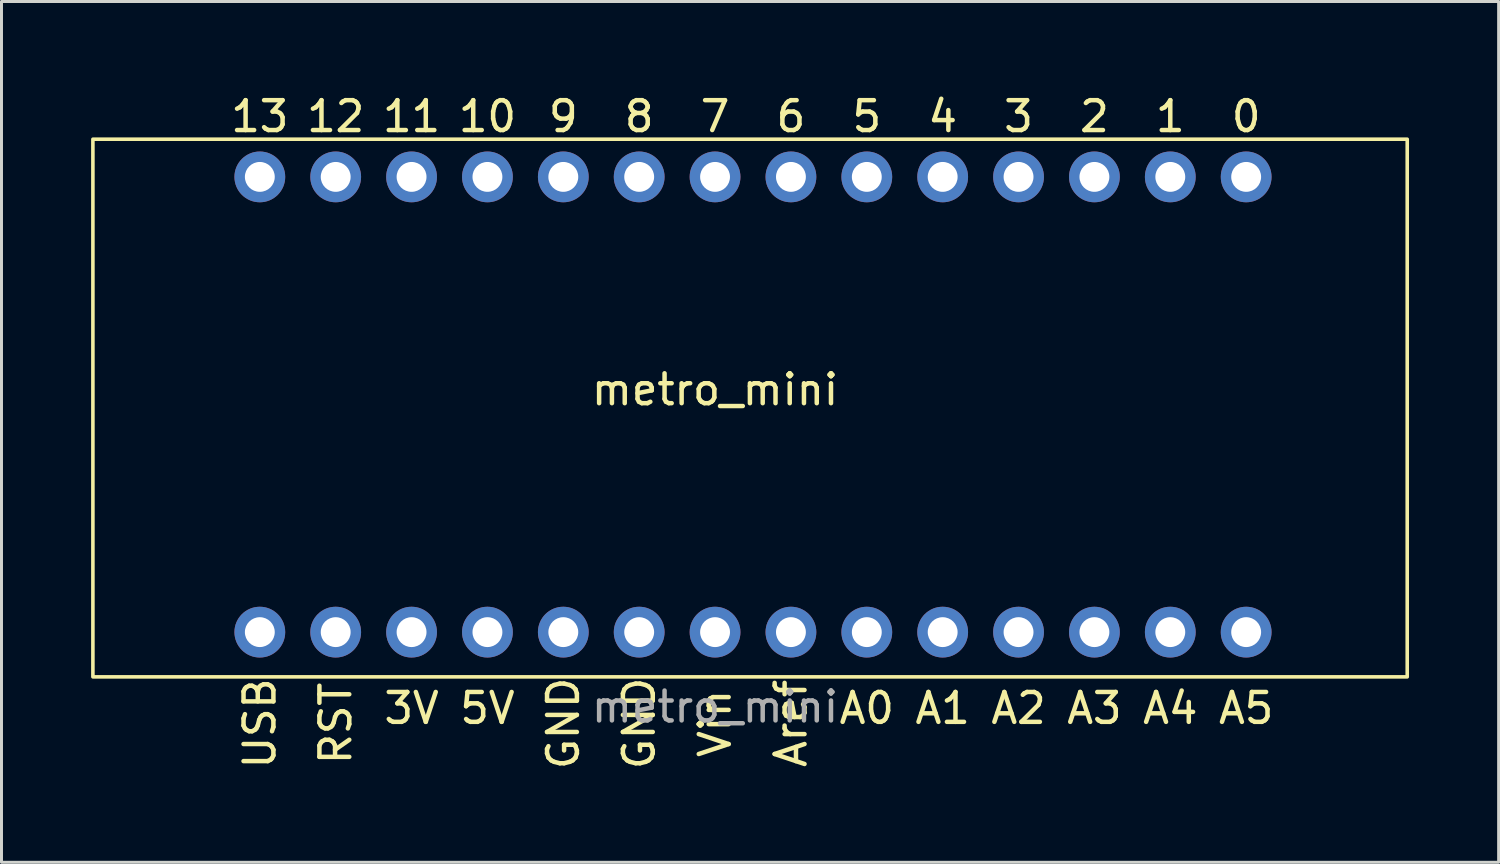
<source format=kicad_pcb>
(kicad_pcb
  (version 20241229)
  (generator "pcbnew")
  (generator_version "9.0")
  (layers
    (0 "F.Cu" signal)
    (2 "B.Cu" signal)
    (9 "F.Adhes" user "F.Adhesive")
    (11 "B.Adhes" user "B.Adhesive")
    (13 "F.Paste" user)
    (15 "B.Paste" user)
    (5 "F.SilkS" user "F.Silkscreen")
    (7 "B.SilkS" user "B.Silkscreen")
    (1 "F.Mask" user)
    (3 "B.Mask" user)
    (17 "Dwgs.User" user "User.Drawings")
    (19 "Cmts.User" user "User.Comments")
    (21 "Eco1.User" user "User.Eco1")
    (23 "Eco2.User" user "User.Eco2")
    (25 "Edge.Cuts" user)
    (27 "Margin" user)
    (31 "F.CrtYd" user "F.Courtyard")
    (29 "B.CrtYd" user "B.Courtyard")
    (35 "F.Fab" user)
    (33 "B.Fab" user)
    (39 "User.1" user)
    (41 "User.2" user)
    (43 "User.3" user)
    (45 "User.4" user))
  (footprint "metro_mini"
    (layer "F.Cu")
    (at 20.888 9.992)
    (property "Reference" "metro_mini" (at 0 0 0) (layer "F.SilkS") (effects (font (size 1 1) (thickness 0.15))))
    (attr through_hole)
    (fp_rect (start -20.828 -8.382) (end 23.172 9.618) (stroke (width 0.12) (type solid)) (fill no) (layer "F.SilkS"))
    (fp_text user "4" (at 7.62 -9.144 0) (layer "F.SilkS") (effects (font (size 1 1) (thickness 0.15))))
    (fp_text user "A1" (at 7.62 10.668 0) (layer "F.SilkS") (effects (font (size 1 1) (thickness 0.15))))
    (fp_text user "1" (at 15.24 -9.144 0) (layer "F.SilkS") (effects (font (size 1 1) (thickness 0.15))))
    (fp_text user "A3" (at 12.7 10.668 0) (layer "F.SilkS") (effects (font (size 1 1) (thickness 0.15))))
    (fp_text user "Vin" (at 0 11.176 270) (layer "F.SilkS") (effects (font (size 1 1) (thickness 0.15))))
    (fp_text user "10" (at -7.62 -9.144 0) (layer "F.SilkS") (effects (font (size 1 1) (thickness 0.15))))
    (fp_text user "A2" (at 10.16 10.668 0) (layer "F.SilkS") (effects (font (size 1 1) (thickness 0.15))))
    (fp_text user "3V" (at -10.16 10.668 0) (layer "F.SilkS") (effects (font (size 1 1) (thickness 0.15))))
    (fp_text user "13" (at -15.24 -9.144 0) (layer "F.SilkS") (effects (font (size 1 1) (thickness 0.15))))
    (fp_text user "A0" (at 5.08 10.668 0) (layer "F.SilkS") (effects (font (size 1 1) (thickness 0.15))))
    (fp_text user "RST" (at -12.7 11.176 270) (layer "F.SilkS") (effects (font (size 1 1) (thickness 0.15))))
    (fp_text user "USB" (at -15.24 11.176 270) (layer "F.SilkS") (effects (font (size 1 1) (thickness 0.15))))
    (fp_text user "GND" (at -2.54 11.176 270) (layer "F.SilkS") (effects (font (size 1 1) (thickness 0.15))))
    (fp_text user "A4" (at 15.24 10.668 0) (layer "F.SilkS") (effects (font (size 1 1) (thickness 0.15))))
    (fp_text user "GND" (at -5.08 11.176 270) (layer "F.SilkS") (effects (font (size 1 1) (thickness 0.15))))
    (fp_text user "9" (at -5.08 -9.144 0) (layer "F.SilkS") (effects (font (size 1 1) (thickness 0.15))))
    (fp_text user "5V" (at -7.62 10.668 0) (layer "F.SilkS") (effects (font (size 1 1) (thickness 0.15))))
    (fp_text user "A5" (at 17.78 10.668 0) (layer "F.SilkS") (effects (font (size 1 1) (thickness 0.15))))
    (fp_text user "7" (at 0 -9.144 0) (layer "F.SilkS") (effects (font (size 1 1) (thickness 0.15))))
    (fp_text user "11" (at -10.16 -9.144 0) (layer "F.SilkS") (effects (font (size 1 1) (thickness 0.15))))
    (fp_text user "6" (at 2.54 -9.144 0) (layer "F.SilkS") (effects (font (size 1 1) (thickness 0.15))))
    (fp_text user "Aref" (at 2.54 11.176 270) (layer "F.SilkS") (effects (font (size 1 1) (thickness 0.15))))
    (fp_text user "8" (at -2.54 -9.144 0) (layer "F.SilkS") (effects (font (size 1 1) (thickness 0.15))))
    (fp_text user "2" (at 12.7 -9.144 0) (layer "F.SilkS") (effects (font (size 1 1) (thickness 0.15))))
    (fp_text user "0" (at 17.78 -9.144 0) (layer "F.SilkS") (effects (font (size 1 1) (thickness 0.15))))
    (fp_text user "12" (at -12.7 -9.144 0) (layer "F.SilkS") (effects (font (size 1 1) (thickness 0.15))))
    (fp_text user "5" (at 5.08 -9.144 0) (layer "F.SilkS") (effects (font (size 1 1) (thickness 0.15))))
    (fp_text user "3" (at 10.16 -9.144 0) (layer "F.SilkS") (effects (font (size 1 1) (thickness 0.15))))
    (fp_text user "${REFERENCE}" (at 0 10.62 0) (unlocked yes) (layer "F.Fab") (effects (font (size 1 1) (thickness 0.15))))
    (pad "0" thru_hole circle (at 17.78 -7.12 270) (size 1.7 1.7) (drill 1) (layers "*.Cu" "*.Mask"))
    (pad "1" thru_hole circle (at 15.24 -7.12 270) (size 1.7 1.7) (drill 1) (layers "*.Cu" "*.Mask"))
    (pad "2" thru_hole circle (at 12.7 -7.12 270) (size 1.7 1.7) (drill 1) (layers "*.Cu" "*.Mask"))
    (pad "3" thru_hole circle (at 10.16 -7.12 270) (size 1.7 1.7) (drill 1) (layers "*.Cu" "*.Mask"))
    (pad "4" thru_hole circle (at 7.62 -7.12 270) (size 1.7 1.7) (drill 1) (layers "*.Cu" "*.Mask"))
    (pad "5" thru_hole circle (at 5.08 -7.12 270) (size 1.7 1.7) (drill 1) (layers "*.Cu" "*.Mask"))
    (pad "6" thru_hole circle (at 2.54 -7.12 270) (size 1.7 1.7) (drill 1) (layers "*.Cu" "*.Mask"))
    (pad "7" thru_hole circle (at 0 -7.12 270) (size 1.7 1.7) (drill 1) (layers "*.Cu" "*.Mask"))
    (pad "8" thru_hole circle (at -2.54 -7.12 270) (size 1.7 1.7) (drill 1) (layers "*.Cu" "*.Mask"))
    (pad "9" thru_hole circle (at -5.08 -7.12 270) (size 1.7 1.7) (drill 1) (layers "*.Cu" "*.Mask"))
    (pad "10" thru_hole circle (at -7.62 -7.12 270) (size 1.7 1.7) (drill 1) (layers "*.Cu" "*.Mask"))
    (pad "11" thru_hole circle (at -10.16 -7.12 270) (size 1.7 1.7) (drill 1) (layers "*.Cu" "*.Mask"))
    (pad "12" thru_hole circle (at -12.7 -7.12 270) (size 1.7 1.7) (drill 1) (layers "*.Cu" "*.Mask"))
    (pad "13" thru_hole circle (at -15.24 -7.12 270) (size 1.7 1.7) (drill 1) (layers "*.Cu" "*.Mask"))
    (pad "14" thru_hole circle (at -15.24 8.12 270) (size 1.7 1.7) (drill 1) (layers "*.Cu" "*.Mask"))
    (pad "15" thru_hole circle (at -12.7 8.12 270) (size 1.7 1.7) (drill 1) (layers "*.Cu" "*.Mask"))
    (pad "16" thru_hole circle (at -10.16 8.12 270) (size 1.7 1.7) (drill 1) (layers "*.Cu" "*.Mask"))
    (pad "17" thru_hole circle (at -7.62 8.12 270) (size 1.7 1.7) (drill 1) (layers "*.Cu" "*.Mask"))
    (pad "18" thru_hole circle (at -5.08 8.12 270) (size 1.7 1.7) (drill 1) (layers "*.Cu" "*.Mask"))
    (pad "19" thru_hole circle (at -2.54 8.12 270) (size 1.7 1.7) (drill 1) (layers "*.Cu" "*.Mask"))
    (pad "20" thru_hole circle (at 0 8.12 270) (size 1.7 1.7) (drill 1) (layers "*.Cu" "*.Mask"))
    (pad "21" thru_hole circle (at 2.54 8.12 270) (size 1.7 1.7) (drill 1) (layers "*.Cu" "*.Mask"))
    (pad "22" thru_hole circle (at 5.08 8.12 270) (size 1.7 1.7) (drill 1) (layers "*.Cu" "*.Mask"))
    (pad "23" thru_hole circle (at 7.62 8.12 270) (size 1.7 1.7) (drill 1) (layers "*.Cu" "*.Mask"))
    (pad "24" thru_hole circle (at 10.16 8.12 270) (size 1.7 1.7) (drill 1) (layers "*.Cu" "*.Mask"))
    (pad "25" thru_hole circle (at 12.7 8.12 270) (size 1.7 1.7) (drill 1) (layers "*.Cu" "*.Mask"))
    (pad "26" thru_hole circle (at 15.24 8.12 270) (size 1.7 1.7) (drill 1) (layers "*.Cu" "*.Mask"))
    (pad "27" thru_hole circle (at 17.78 8.12 270) (size 1.7 1.7) (drill 1) (layers "*.Cu" "*.Mask")))
  (gr_rect
    (start -3 -3)
    (end 47.12 25.817)
    (stroke (width 0.1) (type default))
    (fill no)
    (layer "Edge.Cuts")))
</source>
